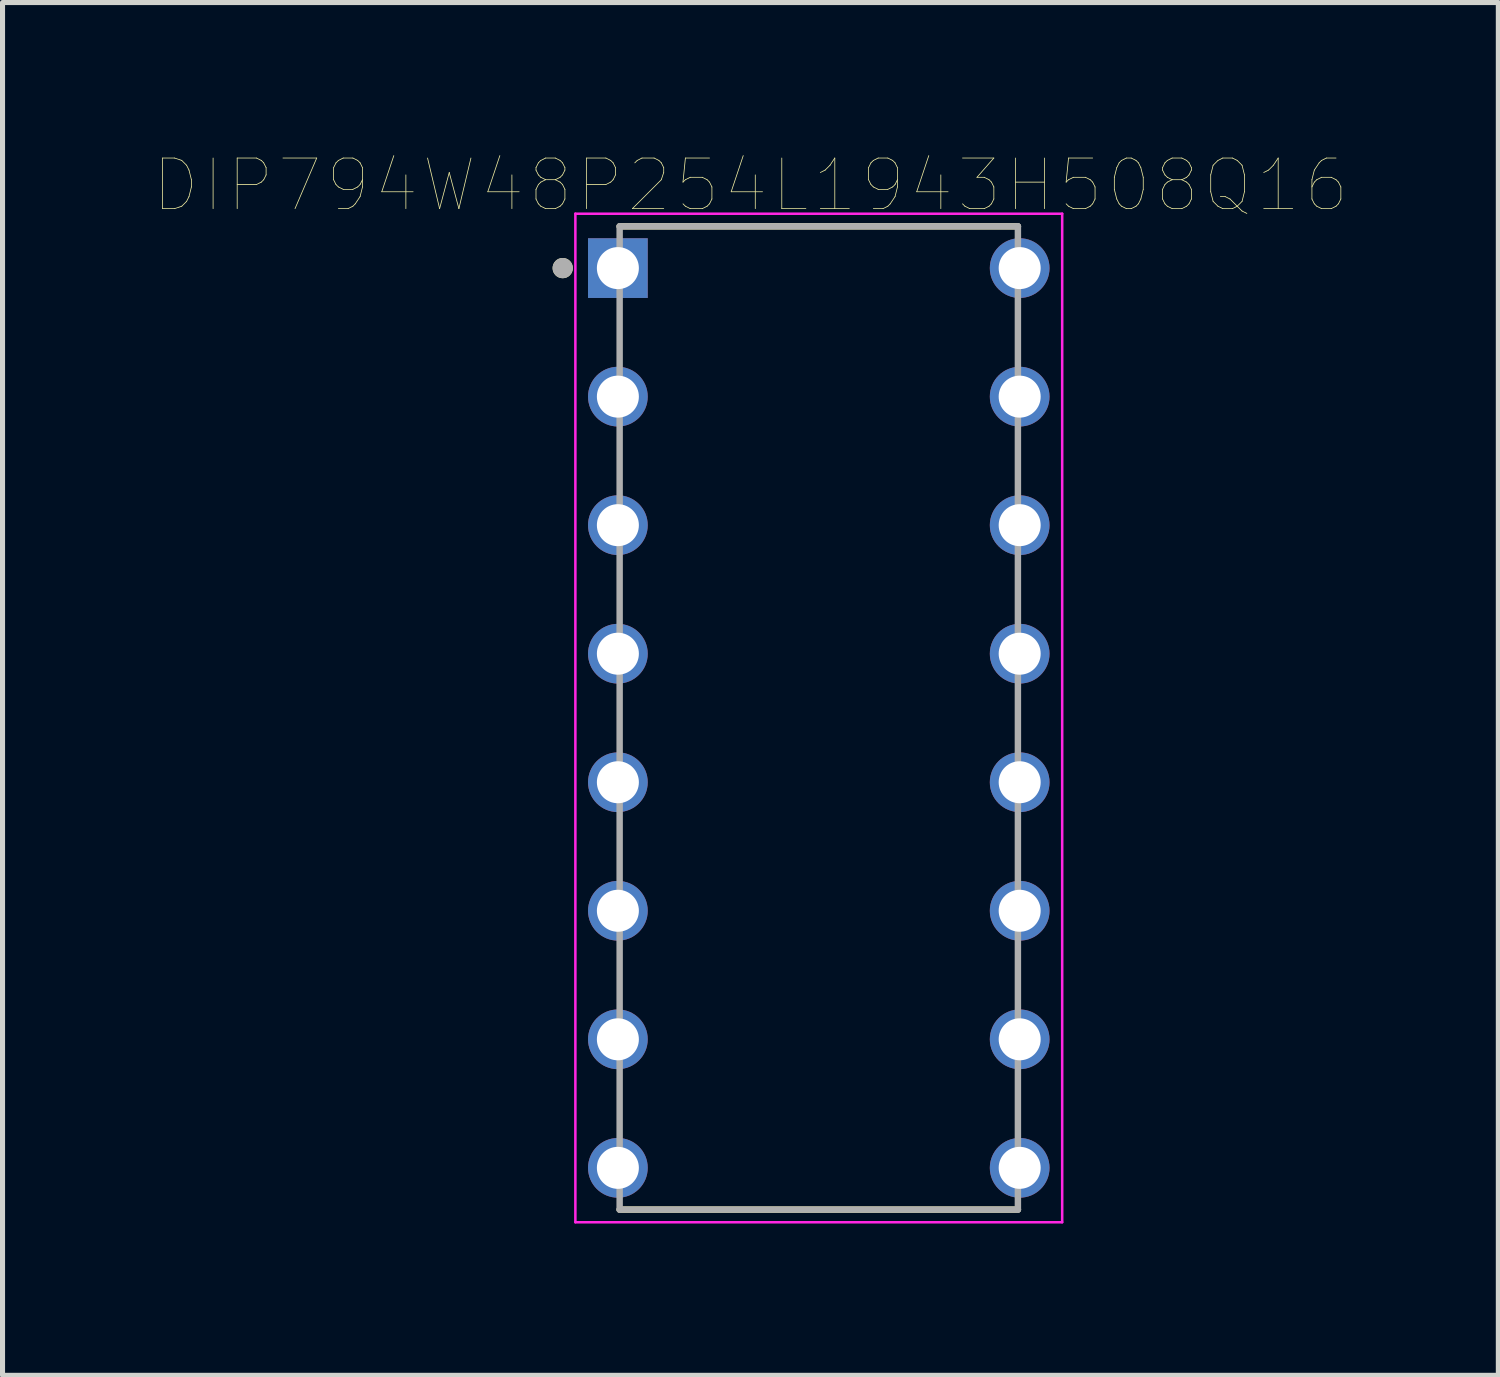
<source format=kicad_pcb>
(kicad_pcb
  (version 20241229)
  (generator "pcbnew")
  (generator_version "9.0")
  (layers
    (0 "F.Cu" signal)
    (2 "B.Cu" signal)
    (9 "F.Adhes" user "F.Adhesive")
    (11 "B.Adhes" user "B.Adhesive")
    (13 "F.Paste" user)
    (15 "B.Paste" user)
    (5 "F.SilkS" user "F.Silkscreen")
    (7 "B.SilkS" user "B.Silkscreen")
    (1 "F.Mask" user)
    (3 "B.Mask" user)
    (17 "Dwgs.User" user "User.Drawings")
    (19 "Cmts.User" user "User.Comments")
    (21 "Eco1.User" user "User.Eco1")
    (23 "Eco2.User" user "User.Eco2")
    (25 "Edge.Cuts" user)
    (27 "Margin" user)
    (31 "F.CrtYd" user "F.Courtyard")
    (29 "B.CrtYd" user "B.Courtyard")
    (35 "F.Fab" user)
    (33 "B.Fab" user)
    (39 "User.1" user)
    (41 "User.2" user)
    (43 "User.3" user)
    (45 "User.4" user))
  (footprint "DIP794W48P254L1943H508Q16"
    (layer "F.Cu")
    (at 13.13 11.138)
    (property "Reference" "DIP794W48P254L1943H508Q16" (at -1.35 -10.527 0) (layer "F.SilkS") (effects (font (size 1 1) (thickness 0.015))))
    (attr through_hole)
    (fp_line (start -3.935 -9.715) (end 3.935 -9.715) (stroke (width 0.127) (type solid)) (layer "F.SilkS"))
    (fp_line (start -3.935 9.715) (end 3.935 9.715) (stroke (width 0.127) (type solid)) (layer "F.SilkS"))
    (fp_circle (center -5.06 -8.89) (end -4.96 -8.89) (stroke (width 0.2) (type solid)) (fill no) (layer "F.SilkS"))
    (fp_line (start -4.81 -9.965) (end -4.81 9.965) (stroke (width 0.05) (type solid)) (layer "F.CrtYd"))
    (fp_line (start 4.81 -9.965) (end -4.81 -9.965) (stroke (width 0.05) (type solid)) (layer "F.CrtYd"))
    (fp_line (start 4.81 -9.965) (end 4.81 9.965) (stroke (width 0.05) (type solid)) (layer "F.CrtYd"))
    (fp_line (start 4.81 9.965) (end -4.81 9.965) (stroke (width 0.05) (type solid)) (layer "F.CrtYd"))
    (fp_line (start -3.935 -9.715) (end -3.935 9.715) (stroke (width 0.127) (type solid)) (layer "F.Fab"))
    (fp_line (start -3.935 -9.715) (end 3.935 -9.715) (stroke (width 0.127) (type solid)) (layer "F.Fab"))
    (fp_line (start -3.935 9.715) (end 3.935 9.715) (stroke (width 0.127) (type solid)) (layer "F.Fab"))
    (fp_line (start 3.935 -9.715) (end 3.935 9.715) (stroke (width 0.127) (type solid)) (layer "F.Fab"))
    (fp_circle (center -5.06 -8.89) (end -4.96 -8.89) (stroke (width 0.2) (type solid)) (fill no) (layer "F.Fab"))
    (pad "1" thru_hole rect (at -3.97 -8.89) (size 1.18 1.18) (drill 0.83) (layers "*.Cu" "*.Mask"))
    (pad "2" thru_hole circle (at -3.97 -6.35) (size 1.18 1.18) (drill 0.83) (layers "*.Cu" "*.Mask"))
    (pad "3" thru_hole circle (at -3.97 -3.81) (size 1.18 1.18) (drill 0.83) (layers "*.Cu" "*.Mask"))
    (pad "4" thru_hole circle (at -3.97 -1.27) (size 1.18 1.18) (drill 0.83) (layers "*.Cu" "*.Mask"))
    (pad "5" thru_hole circle (at -3.97 1.27) (size 1.18 1.18) (drill 0.83) (layers "*.Cu" "*.Mask"))
    (pad "6" thru_hole circle (at -3.97 3.81) (size 1.18 1.18) (drill 0.83) (layers "*.Cu" "*.Mask"))
    (pad "7" thru_hole circle (at -3.97 6.35) (size 1.18 1.18) (drill 0.83) (layers "*.Cu" "*.Mask"))
    (pad "8" thru_hole circle (at -3.97 8.89) (size 1.18 1.18) (drill 0.83) (layers "*.Cu" "*.Mask"))
    (pad "9" thru_hole circle (at 3.97 8.89) (size 1.18 1.18) (drill 0.83) (layers "*.Cu" "*.Mask"))
    (pad "10" thru_hole circle (at 3.97 6.35) (size 1.18 1.18) (drill 0.83) (layers "*.Cu" "*.Mask"))
    (pad "11" thru_hole circle (at 3.97 3.81) (size 1.18 1.18) (drill 0.83) (layers "*.Cu" "*.Mask"))
    (pad "12" thru_hole circle (at 3.97 1.27) (size 1.18 1.18) (drill 0.83) (layers "*.Cu" "*.Mask"))
    (pad "13" thru_hole circle (at 3.97 -1.27) (size 1.18 1.18) (drill 0.83) (layers "*.Cu" "*.Mask"))
    (pad "14" thru_hole circle (at 3.97 -3.81) (size 1.18 1.18) (drill 0.83) (layers "*.Cu" "*.Mask"))
    (pad "15" thru_hole circle (at 3.97 -6.35) (size 1.18 1.18) (drill 0.83) (layers "*.Cu" "*.Mask"))
    (pad "16" thru_hole circle (at 3.97 -8.89) (size 1.18 1.18) (drill 0.83) (layers "*.Cu" "*.Mask")))
  (gr_rect
    (start -3 -3)
    (end 26.559 24.128)
    (stroke (width 0.1) (type default))
    (fill no)
    (layer "Edge.Cuts")))
</source>
